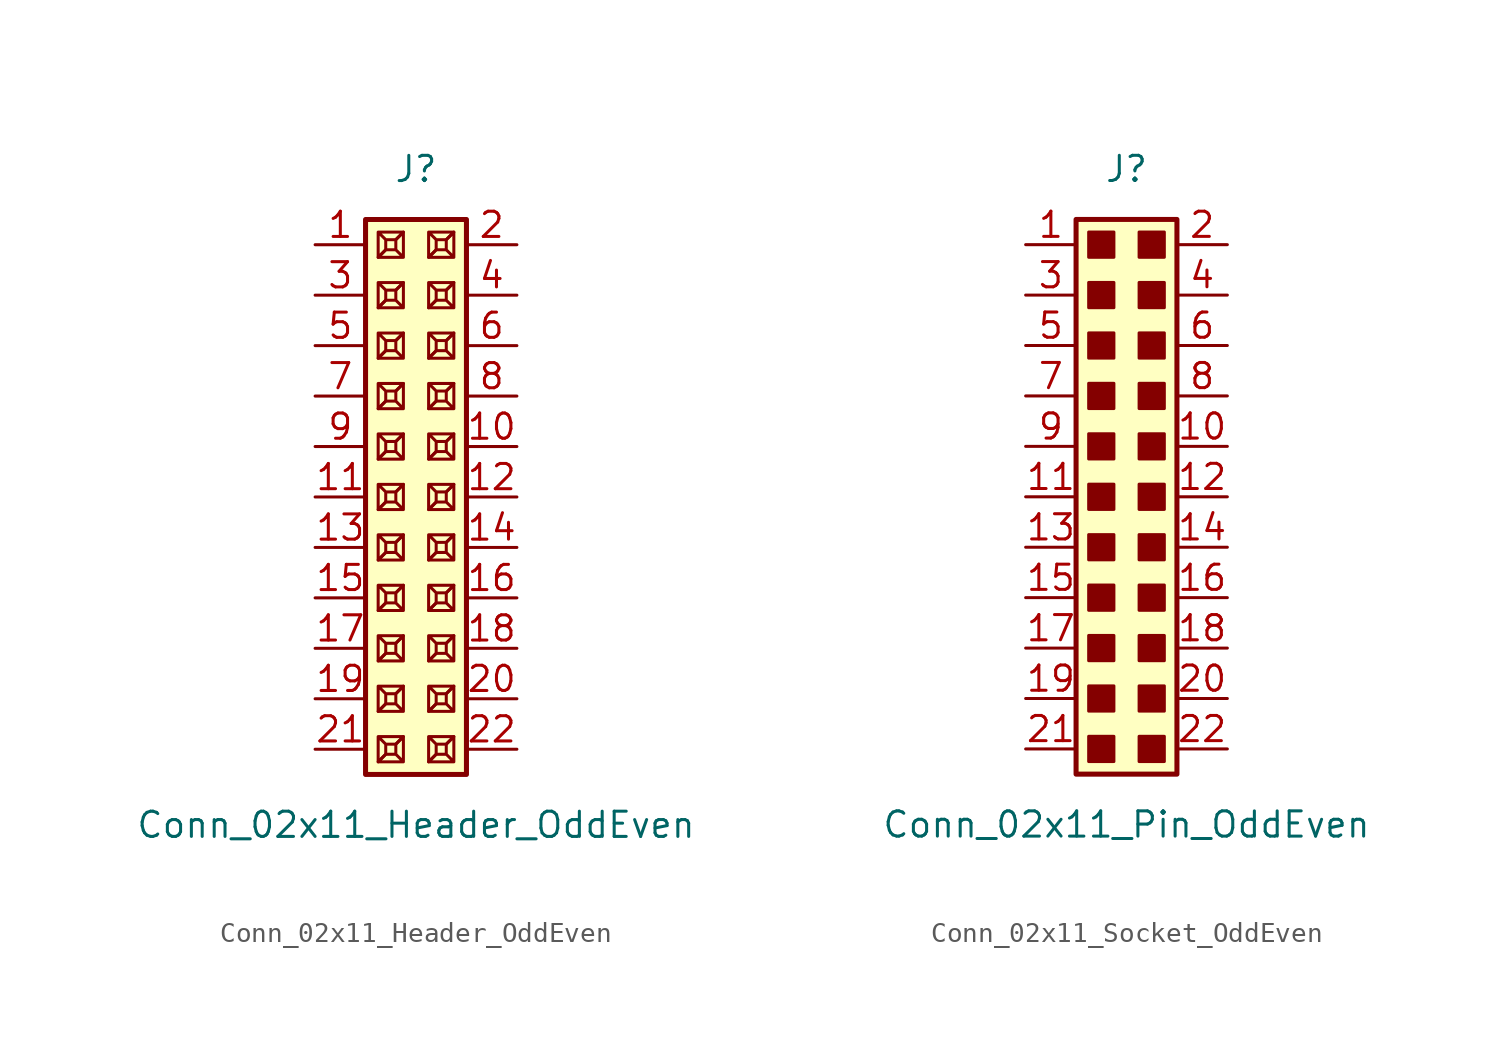
<source format=kicad_sym>
(kicad_symbol_lib
  (version 20241209)
  (generator "kicad_symbol_editor")
  (generator_version "9.0")
  (symbol "Conn_02x11_Header_OddEven"
    (pin_names
      (hide yes))
    (property "Reference" "J"
      (at 0 16.51 0)
      (effects (font (size 1.27 1.27))))
    (property "Value" "Conn_02x11_Header_OddEven"
      (at 0 -16.51 0)
      (effects (font (size 1.27 1.27))))
    (symbol "Conn_02x11_Header_OddEven_0_1"
      (polyline (pts (xy -1.905 13.335) (xy -0.635 13.335) (xy -1.016 12.954) (xy -1.524 12.954) (xy -1.905 13.335) (xy -1.905 12.065) (xy -1.524 12.446) (xy -1.524 12.954)) (stroke (width 0) (type default)) (fill (type none)))
      (polyline (pts (xy -1.905 10.795) (xy -0.635 10.795) (xy -1.016 10.414) (xy -1.524 10.414) (xy -1.905 10.795) (xy -1.905 9.525) (xy -1.524 9.906) (xy -1.524 10.414)) (stroke (width 0) (type default)) (fill (type none)))
      (polyline (pts (xy -1.905 8.255) (xy -0.635 8.255) (xy -1.016 7.874) (xy -1.524 7.874) (xy -1.905 8.255) (xy -1.905 6.985) (xy -1.524 7.366) (xy -1.524 7.874)) (stroke (width 0) (type default)) (fill (type none)))
      (polyline (pts (xy -1.905 5.715) (xy -0.635 5.715) (xy -1.016 5.334) (xy -1.524 5.334) (xy -1.905 5.715) (xy -1.905 4.445) (xy -1.524 4.826) (xy -1.524 5.334)) (stroke (width 0) (type default)) (fill (type none)))
      (polyline (pts (xy -1.905 3.175) (xy -0.635 3.175) (xy -1.016 2.794) (xy -1.524 2.794) (xy -1.905 3.175) (xy -1.905 1.905) (xy -1.524 2.286) (xy -1.524 2.794)) (stroke (width 0) (type default)) (fill (type none)))
      (polyline (pts (xy -1.905 0.635) (xy -0.635 0.635) (xy -1.016 0.254) (xy -1.524 0.254) (xy -1.905 0.635) (xy -1.905 -0.635) (xy -1.524 -0.254) (xy -1.524 0.254)) (stroke (width 0) (type default)) (fill (type none)))
      (polyline (pts (xy -1.905 -1.905) (xy -0.635 -1.905) (xy -1.016 -2.286) (xy -1.524 -2.286) (xy -1.905 -1.905) (xy -1.905 -3.175) (xy -1.524 -2.794) (xy -1.524 -2.286)) (stroke (width 0) (type default)) (fill (type none)))
      (polyline (pts (xy -1.905 -4.445) (xy -0.635 -4.445) (xy -1.016 -4.826) (xy -1.524 -4.826) (xy -1.905 -4.445) (xy -1.905 -5.715) (xy -1.524 -5.334) (xy -1.524 -4.826)) (stroke (width 0) (type default)) (fill (type none)))
      (polyline (pts (xy -1.905 -6.985) (xy -0.635 -6.985) (xy -1.016 -7.366) (xy -1.524 -7.366) (xy -1.905 -6.985) (xy -1.905 -8.255) (xy -1.524 -7.874) (xy -1.524 -7.366)) (stroke (width 0) (type default)) (fill (type none)))
      (polyline (pts (xy -1.905 -9.525) (xy -0.635 -9.525) (xy -1.016 -9.906) (xy -1.524 -9.906) (xy -1.905 -9.525) (xy -1.905 -10.795) (xy -1.524 -10.414) (xy -1.524 -9.906)) (stroke (width 0) (type default)) (fill (type none)))
      (polyline (pts (xy -1.905 -12.065) (xy -0.635 -12.065) (xy -1.016 -12.446) (xy -1.524 -12.446) (xy -1.905 -12.065) (xy -1.905 -13.335) (xy -1.524 -12.954) (xy -1.524 -12.446)) (stroke (width 0) (type default)) (fill (type none)))
      (polyline (pts (xy -0.635 12.065) (xy -1.905 12.065) (xy -1.524 12.446) (xy -1.016 12.446) (xy -0.635 12.065) (xy -0.635 13.335) (xy -1.016 12.954) (xy -1.016 12.446)) (stroke (width 0) (type default)) (fill (type none)))
      (polyline (pts (xy -0.635 9.525) (xy -1.905 9.525) (xy -1.524 9.906) (xy -1.016 9.906) (xy -0.635 9.525) (xy -0.635 10.795) (xy -1.016 10.414) (xy -1.016 9.906)) (stroke (width 0) (type default)) (fill (type none)))
      (polyline (pts (xy -0.635 6.985) (xy -1.905 6.985) (xy -1.524 7.366) (xy -1.016 7.366) (xy -0.635 6.985) (xy -0.635 8.255) (xy -1.016 7.874) (xy -1.016 7.366)) (stroke (width 0) (type default)) (fill (type none)))
      (polyline (pts (xy -0.635 4.445) (xy -1.905 4.445) (xy -1.524 4.826) (xy -1.016 4.826) (xy -0.635 4.445) (xy -0.635 5.715) (xy -1.016 5.334) (xy -1.016 4.826)) (stroke (width 0) (type default)) (fill (type none)))
      (polyline (pts (xy -0.635 1.905) (xy -1.905 1.905) (xy -1.524 2.286) (xy -1.016 2.286) (xy -0.635 1.905) (xy -0.635 3.175) (xy -1.016 2.794) (xy -1.016 2.286)) (stroke (width 0) (type default)) (fill (type none)))
      (polyline (pts (xy -0.635 -0.635) (xy -1.905 -0.635) (xy -1.524 -0.254) (xy -1.016 -0.254) (xy -0.635 -0.635) (xy -0.635 0.635) (xy -1.016 0.254) (xy -1.016 -0.254)) (stroke (width 0) (type default)) (fill (type none)))
      (polyline (pts (xy -0.635 -3.175) (xy -1.905 -3.175) (xy -1.524 -2.794) (xy -1.016 -2.794) (xy -0.635 -3.175) (xy -0.635 -1.905) (xy -1.016 -2.286) (xy -1.016 -2.794)) (stroke (width 0) (type default)) (fill (type none)))
      (polyline (pts (xy -0.635 -5.715) (xy -1.905 -5.715) (xy -1.524 -5.334) (xy -1.016 -5.334) (xy -0.635 -5.715) (xy -0.635 -4.445) (xy -1.016 -4.826) (xy -1.016 -5.334)) (stroke (width 0) (type default)) (fill (type none)))
      (polyline (pts (xy -0.635 -8.255) (xy -1.905 -8.255) (xy -1.524 -7.874) (xy -1.016 -7.874) (xy -0.635 -8.255) (xy -0.635 -6.985) (xy -1.016 -7.366) (xy -1.016 -7.874)) (stroke (width 0) (type default)) (fill (type none)))
      (polyline (pts (xy -0.635 -10.795) (xy -1.905 -10.795) (xy -1.524 -10.414) (xy -1.016 -10.414) (xy -0.635 -10.795) (xy -0.635 -9.525) (xy -1.016 -9.906) (xy -1.016 -10.414)) (stroke (width 0) (type default)) (fill (type none)))
      (polyline (pts (xy -0.635 -13.335) (xy -1.905 -13.335) (xy -1.524 -12.954) (xy -1.016 -12.954) (xy -0.635 -13.335) (xy -0.635 -12.065) (xy -1.016 -12.446) (xy -1.016 -12.954)) (stroke (width 0) (type default)) (fill (type none)))
      (polyline (pts (xy 0.635 13.335) (xy 1.905 13.335) (xy 1.524 12.954) (xy 1.016 12.954) (xy 0.635 13.335) (xy 0.635 12.065) (xy 1.016 12.446) (xy 1.016 12.954)) (stroke (width 0) (type default)) (fill (type none)))
      (polyline (pts (xy 0.635 10.795) (xy 1.905 10.795) (xy 1.524 10.414) (xy 1.016 10.414) (xy 0.635 10.795) (xy 0.635 9.525) (xy 1.016 9.906) (xy 1.016 10.414)) (stroke (width 0) (type default)) (fill (type none)))
      (polyline (pts (xy 0.635 8.255) (xy 1.905 8.255) (xy 1.524 7.874) (xy 1.016 7.874) (xy 0.635 8.255) (xy 0.635 6.985) (xy 1.016 7.366) (xy 1.016 7.874)) (stroke (width 0) (type default)) (fill (type none)))
      (polyline (pts (xy 0.635 5.715) (xy 1.905 5.715) (xy 1.524 5.334) (xy 1.016 5.334) (xy 0.635 5.715) (xy 0.635 4.445) (xy 1.016 4.826) (xy 1.016 5.334)) (stroke (width 0) (type default)) (fill (type none)))
      (polyline (pts (xy 0.635 3.175) (xy 1.905 3.175) (xy 1.524 2.794) (xy 1.016 2.794) (xy 0.635 3.175) (xy 0.635 1.905) (xy 1.016 2.286) (xy 1.016 2.794)) (stroke (width 0) (type default)) (fill (type none)))
      (polyline (pts (xy 0.635 0.635) (xy 1.905 0.635) (xy 1.524 0.254) (xy 1.016 0.254) (xy 0.635 0.635) (xy 0.635 -0.635) (xy 1.016 -0.254) (xy 1.016 0.254)) (stroke (width 0) (type default)) (fill (type none)))
      (polyline (pts (xy 0.635 -1.905) (xy 1.905 -1.905) (xy 1.524 -2.286) (xy 1.016 -2.286) (xy 0.635 -1.905) (xy 0.635 -3.175) (xy 1.016 -2.794) (xy 1.016 -2.286)) (stroke (width 0) (type default)) (fill (type none)))
      (polyline (pts (xy 0.635 -4.445) (xy 1.905 -4.445) (xy 1.524 -4.826) (xy 1.016 -4.826) (xy 0.635 -4.445) (xy 0.635 -5.715) (xy 1.016 -5.334) (xy 1.016 -4.826)) (stroke (width 0) (type default)) (fill (type none)))
      (polyline (pts (xy 0.635 -6.985) (xy 1.905 -6.985) (xy 1.524 -7.366) (xy 1.016 -7.366) (xy 0.635 -6.985) (xy 0.635 -8.255) (xy 1.016 -7.874) (xy 1.016 -7.366)) (stroke (width 0) (type default)) (fill (type none)))
      (polyline (pts (xy 0.635 -9.525) (xy 1.905 -9.525) (xy 1.524 -9.906) (xy 1.016 -9.906) (xy 0.635 -9.525) (xy 0.635 -10.795) (xy 1.016 -10.414) (xy 1.016 -9.906)) (stroke (width 0) (type default)) (fill (type none)))
      (polyline (pts (xy 0.635 -12.065) (xy 1.905 -12.065) (xy 1.524 -12.446) (xy 1.016 -12.446) (xy 0.635 -12.065) (xy 0.635 -13.335) (xy 1.016 -12.954) (xy 1.016 -12.446)) (stroke (width 0) (type default)) (fill (type none)))
      (polyline (pts (xy 1.905 12.065) (xy 0.635 12.065) (xy 1.016 12.446) (xy 1.524 12.446) (xy 1.905 12.065) (xy 1.905 13.335) (xy 1.524 12.954) (xy 1.524 12.446)) (stroke (width 0) (type default)) (fill (type none)))
      (polyline (pts (xy 1.905 9.525) (xy 0.635 9.525) (xy 1.016 9.906) (xy 1.524 9.906) (xy 1.905 9.525) (xy 1.905 10.795) (xy 1.524 10.414) (xy 1.524 9.906)) (stroke (width 0) (type default)) (fill (type none)))
      (polyline (pts (xy 1.905 6.985) (xy 0.635 6.985) (xy 1.016 7.366) (xy 1.524 7.366) (xy 1.905 6.985) (xy 1.905 8.255) (xy 1.524 7.874) (xy 1.524 7.366)) (stroke (width 0) (type default)) (fill (type none)))
      (polyline (pts (xy 1.905 4.445) (xy 0.635 4.445) (xy 1.016 4.826) (xy 1.524 4.826) (xy 1.905 4.445) (xy 1.905 5.715) (xy 1.524 5.334) (xy 1.524 4.826)) (stroke (width 0) (type default)) (fill (type none)))
      (polyline (pts (xy 1.905 1.905) (xy 0.635 1.905) (xy 1.016 2.286) (xy 1.524 2.286) (xy 1.905 1.905) (xy 1.905 3.175) (xy 1.524 2.794) (xy 1.524 2.286)) (stroke (width 0) (type default)) (fill (type none)))
      (polyline (pts (xy 1.905 -0.635) (xy 0.635 -0.635) (xy 1.016 -0.254) (xy 1.524 -0.254) (xy 1.905 -0.635) (xy 1.905 0.635) (xy 1.524 0.254) (xy 1.524 -0.254)) (stroke (width 0) (type default)) (fill (type none)))
      (polyline (pts (xy 1.905 -3.175) (xy 0.635 -3.175) (xy 1.016 -2.794) (xy 1.524 -2.794) (xy 1.905 -3.175) (xy 1.905 -1.905) (xy 1.524 -2.286) (xy 1.524 -2.794)) (stroke (width 0) (type default)) (fill (type none)))
      (polyline (pts (xy 1.905 -5.715) (xy 0.635 -5.715) (xy 1.016 -5.334) (xy 1.524 -5.334) (xy 1.905 -5.715) (xy 1.905 -4.445) (xy 1.524 -4.826) (xy 1.524 -5.334)) (stroke (width 0) (type default)) (fill (type none)))
      (polyline (pts (xy 1.905 -8.255) (xy 0.635 -8.255) (xy 1.016 -7.874) (xy 1.524 -7.874) (xy 1.905 -8.255) (xy 1.905 -6.985) (xy 1.524 -7.366) (xy 1.524 -7.874)) (stroke (width 0) (type default)) (fill (type none)))
      (polyline (pts (xy 1.905 -10.795) (xy 0.635 -10.795) (xy 1.016 -10.414) (xy 1.524 -10.414) (xy 1.905 -10.795) (xy 1.905 -9.525) (xy 1.524 -9.906) (xy 1.524 -10.414)) (stroke (width 0) (type default)) (fill (type none)))
      (polyline (pts (xy 1.905 -13.335) (xy 0.635 -13.335) (xy 1.016 -12.954) (xy 1.524 -12.954) (xy 1.905 -13.335) (xy 1.905 -12.065) (xy 1.524 -12.446) (xy 1.524 -12.954)) (stroke (width 0) (type default)) (fill (type none))))
    (symbol "Conn_02x11_Header_OddEven_1_1"
      (rectangle (start -2.54 13.97) (end 2.54 -13.97) (stroke (width 0.254) (type solid)) (fill (type background)))
      (pin input line (at -5.08 12.7 0) (length 2.54) (name "Pin_1" (effects (font (size 1.27 1.27)))) (number "1" (effects (font (size 1.27 1.27)))))
      (pin input line (at -5.08 10.16 0) (length 2.54) (name "Pin_3" (effects (font (size 1.27 1.27)))) (number "3" (effects (font (size 1.27 1.27)))))
      (pin input line (at -5.08 7.62 0) (length 2.54) (name "Pin_5" (effects (font (size 1.27 1.27)))) (number "5" (effects (font (size 1.27 1.27)))))
      (pin input line (at -5.08 5.08 0) (length 2.54) (name "Pin_7" (effects (font (size 1.27 1.27)))) (number "7" (effects (font (size 1.27 1.27)))))
      (pin input line (at -5.08 2.54 0) (length 2.54) (name "Pin_9" (effects (font (size 1.27 1.27)))) (number "9" (effects (font (size 1.27 1.27)))))
      (pin input line (at -5.08 0 0) (length 2.54) (name "Pin_11" (effects (font (size 1.27 1.27)))) (number "11" (effects (font (size 1.27 1.27)))))
      (pin input line (at -5.08 -2.54 0) (length 2.54) (name "Pin_13" (effects (font (size 1.27 1.27)))) (number "13" (effects (font (size 1.27 1.27)))))
      (pin input line (at -5.08 -5.08 0) (length 2.54) (name "Pin_15" (effects (font (size 1.27 1.27)))) (number "15" (effects (font (size 1.27 1.27)))))
      (pin input line (at -5.08 -7.62 0) (length 2.54) (name "Pin_17" (effects (font (size 1.27 1.27)))) (number "17" (effects (font (size 1.27 1.27)))))
      (pin input line (at -5.08 -10.16 0) (length 2.54) (name "Pin_19" (effects (font (size 1.27 1.27)))) (number "19" (effects (font (size 1.27 1.27)))))
      (pin input line (at -5.08 -12.7 0) (length 2.54) (name "Pin_21" (effects (font (size 1.27 1.27)))) (number "21" (effects (font (size 1.27 1.27)))))
      (pin input line (at 5.08 12.7 180) (length 2.54) (name "Pin_2" (effects (font (size 1.27 1.27)))) (number "2" (effects (font (size 1.27 1.27)))))
      (pin input line (at 5.08 10.16 180) (length 2.54) (name "Pin_4" (effects (font (size 1.27 1.27)))) (number "4" (effects (font (size 1.27 1.27)))))
      (pin input line (at 5.08 7.62 180) (length 2.54) (name "Pin_6" (effects (font (size 1.27 1.27)))) (number "6" (effects (font (size 1.27 1.27)))))
      (pin input line (at 5.08 5.08 180) (length 2.54) (name "Pin_8" (effects (font (size 1.27 1.27)))) (number "8" (effects (font (size 1.27 1.27)))))
      (pin input line (at 5.08 2.54 180) (length 2.54) (name "Pin_10" (effects (font (size 1.27 1.27)))) (number "10" (effects (font (size 1.27 1.27)))))
      (pin input line (at 5.08 0 180) (length 2.54) (name "Pin_12" (effects (font (size 1.27 1.27)))) (number "12" (effects (font (size 1.27 1.27)))))
      (pin input line (at 5.08 -2.54 180) (length 2.54) (name "Pin_14" (effects (font (size 1.27 1.27)))) (number "14" (effects (font (size 1.27 1.27)))))
      (pin input line (at 5.08 -5.08 180) (length 2.54) (name "Pin_16" (effects (font (size 1.27 1.27)))) (number "16" (effects (font (size 1.27 1.27)))))
      (pin input line (at 5.08 -7.62 180) (length 2.54) (name "Pin_18" (effects (font (size 1.27 1.27)))) (number "18" (effects (font (size 1.27 1.27)))))
      (pin input line (at 5.08 -10.16 180) (length 2.54) (name "Pin_20" (effects (font (size 1.27 1.27)))) (number "20" (effects (font (size 1.27 1.27)))))
      (pin input line (at 5.08 -12.7 180) (length 2.54) (name "Pin_22" (effects (font (size 1.27 1.27)))) (number "22" (effects (font (size 1.27 1.27)))))))
  (symbol "Conn_02x11_Socket_OddEven"
    (pin_names
      (hide yes))
    (property "Reference" "J"
      (at 0 16.51 0)
      (effects (font (size 1.27 1.27))))
    (property "Value" "Conn_02x11_Pin_OddEven"
      (at 0 -16.51 0)
      (effects (font (size 1.27 1.27))))
    (symbol "Conn_02x11_Socket_OddEven_1_1"
      (rectangle (start -2.54 13.97) (end 2.54 -13.97) (stroke (width 0.254) (type solid)) (fill (type background)))
      (polyline (pts (xy -1.905 13.335) (xy -1.905 12.065) (xy -0.635 12.065) (xy -0.635 13.335) (xy -1.905 13.335)) (stroke (width 0) (type solid)) (fill (type outline)))
      (polyline (pts (xy -1.905 10.795) (xy -1.905 9.525) (xy -0.635 9.525) (xy -0.635 10.795) (xy -1.905 10.795)) (stroke (width 0) (type solid)) (fill (type outline)))
      (polyline (pts (xy -1.905 8.255) (xy -1.905 6.985) (xy -0.635 6.985) (xy -0.635 8.255) (xy -1.905 8.255)) (stroke (width 0) (type solid)) (fill (type outline)))
      (polyline (pts (xy -1.905 5.715) (xy -1.905 4.445) (xy -0.635 4.445) (xy -0.635 5.715) (xy -1.905 5.715)) (stroke (width 0) (type solid)) (fill (type outline)))
      (polyline (pts (xy -1.905 3.175) (xy -1.905 1.905) (xy -0.635 1.905) (xy -0.635 3.175) (xy -1.905 3.175)) (stroke (width 0) (type solid)) (fill (type outline)))
      (polyline (pts (xy -1.905 0.635) (xy -1.905 -0.635) (xy -0.635 -0.635) (xy -0.635 0.635) (xy -1.905 0.635)) (stroke (width 0) (type solid)) (fill (type outline)))
      (polyline (pts (xy -1.905 -1.905) (xy -1.905 -3.175) (xy -0.635 -3.175) (xy -0.635 -1.905) (xy -1.905 -1.905)) (stroke (width 0) (type solid)) (fill (type outline)))
      (polyline (pts (xy -1.905 -4.445) (xy -1.905 -5.715) (xy -0.635 -5.715) (xy -0.635 -4.445) (xy -1.905 -4.445)) (stroke (width 0) (type solid)) (fill (type outline)))
      (polyline (pts (xy -1.905 -6.985) (xy -1.905 -8.255) (xy -0.635 -8.255) (xy -0.635 -6.985) (xy -1.905 -6.985)) (stroke (width 0) (type solid)) (fill (type outline)))
      (polyline (pts (xy -1.905 -9.525) (xy -1.905 -10.795) (xy -0.635 -10.795) (xy -0.635 -9.525) (xy -1.905 -9.525)) (stroke (width 0) (type solid)) (fill (type outline)))
      (polyline (pts (xy -1.905 -12.065) (xy -1.905 -13.335) (xy -0.635 -13.335) (xy -0.635 -12.065) (xy -1.905 -12.065)) (stroke (width 0) (type solid)) (fill (type outline)))
      (polyline (pts (xy 0.635 13.335) (xy 0.635 12.065) (xy 1.905 12.065) (xy 1.905 13.335) (xy 0.635 13.335)) (stroke (width 0) (type solid)) (fill (type outline)))
      (polyline (pts (xy 0.635 10.795) (xy 0.635 9.525) (xy 1.905 9.525) (xy 1.905 10.795) (xy 0.635 10.795)) (stroke (width 0) (type solid)) (fill (type outline)))
      (polyline (pts (xy 0.635 8.255) (xy 0.635 6.985) (xy 1.905 6.985) (xy 1.905 8.255) (xy 0.635 8.255)) (stroke (width 0) (type solid)) (fill (type outline)))
      (polyline (pts (xy 0.635 5.715) (xy 0.635 4.445) (xy 1.905 4.445) (xy 1.905 5.715) (xy 0.635 5.715)) (stroke (width 0) (type solid)) (fill (type outline)))
      (polyline (pts (xy 0.635 3.175) (xy 0.635 1.905) (xy 1.905 1.905) (xy 1.905 3.175) (xy 0.635 3.175)) (stroke (width 0) (type solid)) (fill (type outline)))
      (polyline (pts (xy 0.635 0.635) (xy 0.635 -0.635) (xy 1.905 -0.635) (xy 1.905 0.635) (xy 0.635 0.635)) (stroke (width 0) (type solid)) (fill (type outline)))
      (polyline (pts (xy 0.635 -1.905) (xy 0.635 -3.175) (xy 1.905 -3.175) (xy 1.905 -1.905) (xy 0.635 -1.905)) (stroke (width 0) (type solid)) (fill (type outline)))
      (polyline (pts (xy 0.635 -4.445) (xy 0.635 -5.715) (xy 1.905 -5.715) (xy 1.905 -4.445) (xy 0.635 -4.445)) (stroke (width 0) (type solid)) (fill (type outline)))
      (polyline (pts (xy 0.635 -6.985) (xy 0.635 -8.255) (xy 1.905 -8.255) (xy 1.905 -6.985) (xy 0.635 -6.985)) (stroke (width 0) (type solid)) (fill (type outline)))
      (polyline (pts (xy 0.635 -9.525) (xy 0.635 -10.795) (xy 1.905 -10.795) (xy 1.905 -9.525) (xy 0.635 -9.525)) (stroke (width 0) (type solid)) (fill (type outline)))
      (polyline (pts (xy 0.635 -12.065) (xy 0.635 -13.335) (xy 1.905 -13.335) (xy 1.905 -12.065) (xy 0.635 -12.065)) (stroke (width 0) (type solid)) (fill (type outline)))
      (pin input line (at -5.08 12.7 0) (length 2.54) (name "Pin_1" (effects (font (size 1.27 1.27)))) (number "1" (effects (font (size 1.27 1.27)))))
      (pin input line (at -5.08 10.16 0) (length 2.54) (name "Pin_3" (effects (font (size 1.27 1.27)))) (number "3" (effects (font (size 1.27 1.27)))))
      (pin input line (at -5.08 7.62 0) (length 2.54) (name "Pin_5" (effects (font (size 1.27 1.27)))) (number "5" (effects (font (size 1.27 1.27)))))
      (pin input line (at -5.08 5.08 0) (length 2.54) (name "Pin_7" (effects (font (size 1.27 1.27)))) (number "7" (effects (font (size 1.27 1.27)))))
      (pin input line (at -5.08 2.54 0) (length 2.54) (name "Pin_9" (effects (font (size 1.27 1.27)))) (number "9" (effects (font (size 1.27 1.27)))))
      (pin input line (at -5.08 0 0) (length 2.54) (name "Pin_11" (effects (font (size 1.27 1.27)))) (number "11" (effects (font (size 1.27 1.27)))))
      (pin input line (at -5.08 -2.54 0) (length 2.54) (name "Pin_13" (effects (font (size 1.27 1.27)))) (number "13" (effects (font (size 1.27 1.27)))))
      (pin input line (at -5.08 -5.08 0) (length 2.54) (name "Pin_15" (effects (font (size 1.27 1.27)))) (number "15" (effects (font (size 1.27 1.27)))))
      (pin input line (at -5.08 -7.62 0) (length 2.54) (name "Pin_17" (effects (font (size 1.27 1.27)))) (number "17" (effects (font (size 1.27 1.27)))))
      (pin input line (at -5.08 -10.16 0) (length 2.54) (name "Pin_19" (effects (font (size 1.27 1.27)))) (number "19" (effects (font (size 1.27 1.27)))))
      (pin input line (at -5.08 -12.7 0) (length 2.54) (name "Pin_21" (effects (font (size 1.27 1.27)))) (number "21" (effects (font (size 1.27 1.27)))))
      (pin input line (at 5.08 12.7 180) (length 2.54) (name "Pin_2" (effects (font (size 1.27 1.27)))) (number "2" (effects (font (size 1.27 1.27)))))
      (pin input line (at 5.08 10.16 180) (length 2.54) (name "Pin_4" (effects (font (size 1.27 1.27)))) (number "4" (effects (font (size 1.27 1.27)))))
      (pin input line (at 5.08 7.62 180) (length 2.54) (name "Pin_6" (effects (font (size 1.27 1.27)))) (number "6" (effects (font (size 1.27 1.27)))))
      (pin input line (at 5.08 5.08 180) (length 2.54) (name "Pin_8" (effects (font (size 1.27 1.27)))) (number "8" (effects (font (size 1.27 1.27)))))
      (pin input line (at 5.08 2.54 180) (length 2.54) (name "Pin_10" (effects (font (size 1.27 1.27)))) (number "10" (effects (font (size 1.27 1.27)))))
      (pin input line (at 5.08 0 180) (length 2.54) (name "Pin_12" (effects (font (size 1.27 1.27)))) (number "12" (effects (font (size 1.27 1.27)))))
      (pin input line (at 5.08 -2.54 180) (length 2.54) (name "Pin_14" (effects (font (size 1.27 1.27)))) (number "14" (effects (font (size 1.27 1.27)))))
      (pin input line (at 5.08 -5.08 180) (length 2.54) (name "Pin_16" (effects (font (size 1.27 1.27)))) (number "16" (effects (font (size 1.27 1.27)))))
      (pin input line (at 5.08 -7.62 180) (length 2.54) (name "Pin_18" (effects (font (size 1.27 1.27)))) (number "18" (effects (font (size 1.27 1.27)))))
      (pin input line (at 5.08 -10.16 180) (length 2.54) (name "Pin_20" (effects (font (size 1.27 1.27)))) (number "20" (effects (font (size 1.27 1.27)))))
      (pin input line (at 5.08 -12.7 180) (length 2.54) (name "Pin_22" (effects (font (size 1.27 1.27)))) (number "22" (effects (font (size 1.27 1.27))))))))
</source>
